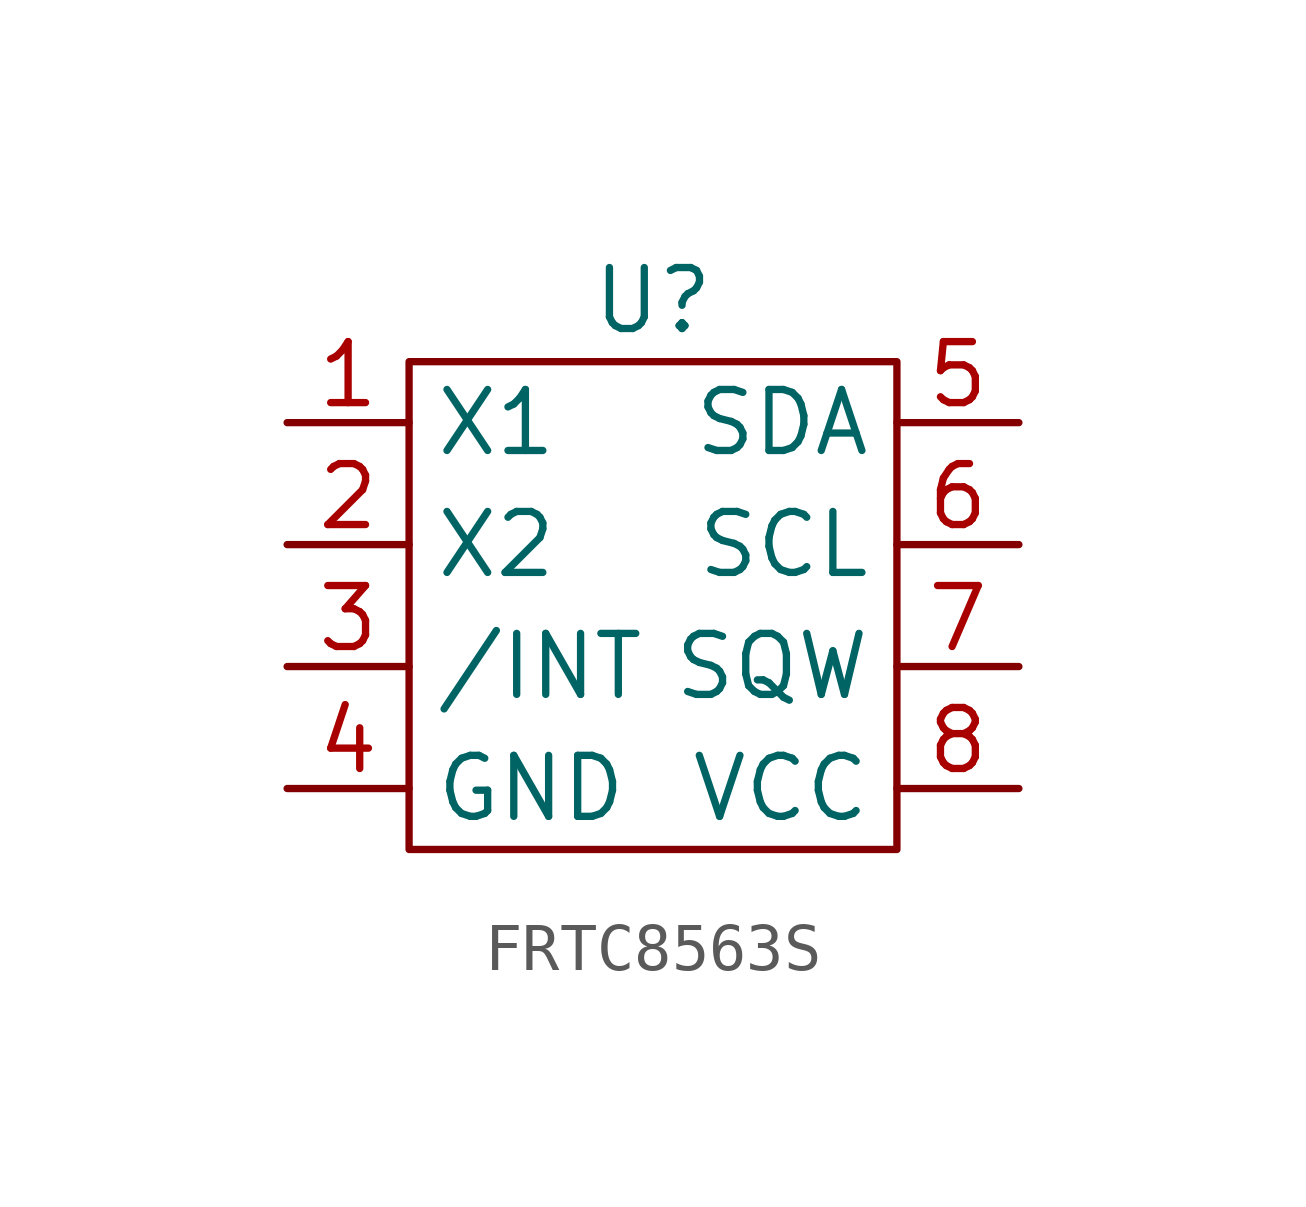
<source format=kicad_sym>
(kicad_symbol_lib
  (version 20231120)
  (generator "kicad_symbol_editor")
  (generator_version "8.0")
  (symbol "FRTC8563S"
    (property "Reference" "U"
      (at 0 6.35 0)
      (effects (font (size 1.27 1.27))))
    (property "Value" ""
      (at -1.27 1.27 0)
      (effects (font (size 1.27 1.27))))
    (symbol "FRTC8563S_0_1"
      (rectangle (start -5.08 5.08) (end 5.08 -5.08) (stroke (width 0) (type default)) (fill (type none))))
    (symbol "FRTC8563S_1_1"
      (pin input line (at -7.62 3.81 0) (length 2.54) (name "X1" (effects (font (size 1.27 1.27)))) (number "1" (effects (font (size 1.27 1.27)))))
      (pin output line (at -7.62 1.27 0) (length 2.54) (name "X2" (effects (font (size 1.27 1.27)))) (number "2" (effects (font (size 1.27 1.27)))))
      (pin output line (at -7.62 -1.27 0) (length 2.54) (name "/INT" (effects (font (size 1.27 1.27)))) (number "3" (effects (font (size 1.27 1.27)))))
      (pin power_out line (at -7.62 -3.81 0) (length 2.54) (name "GND" (effects (font (size 1.27 1.27)))) (number "4" (effects (font (size 1.27 1.27)))))
      (pin bidirectional line (at 7.62 3.81 180) (length 2.54) (name "SDA" (effects (font (size 1.27 1.27)))) (number "5" (effects (font (size 1.27 1.27)))))
      (pin input line (at 7.62 1.27 180) (length 2.54) (name "SCL" (effects (font (size 1.27 1.27)))) (number "6" (effects (font (size 1.27 1.27)))))
      (pin output line (at 7.62 -1.27 180) (length 2.54) (name "SQW" (effects (font (size 1.27 1.27)))) (number "7" (effects (font (size 1.27 1.27)))))
      (pin power_out line (at 7.62 -3.81 180) (length 2.54) (name "VCC" (effects (font (size 1.27 1.27)))) (number "8" (effects (font (size 1.27 1.27))))))))
</source>
